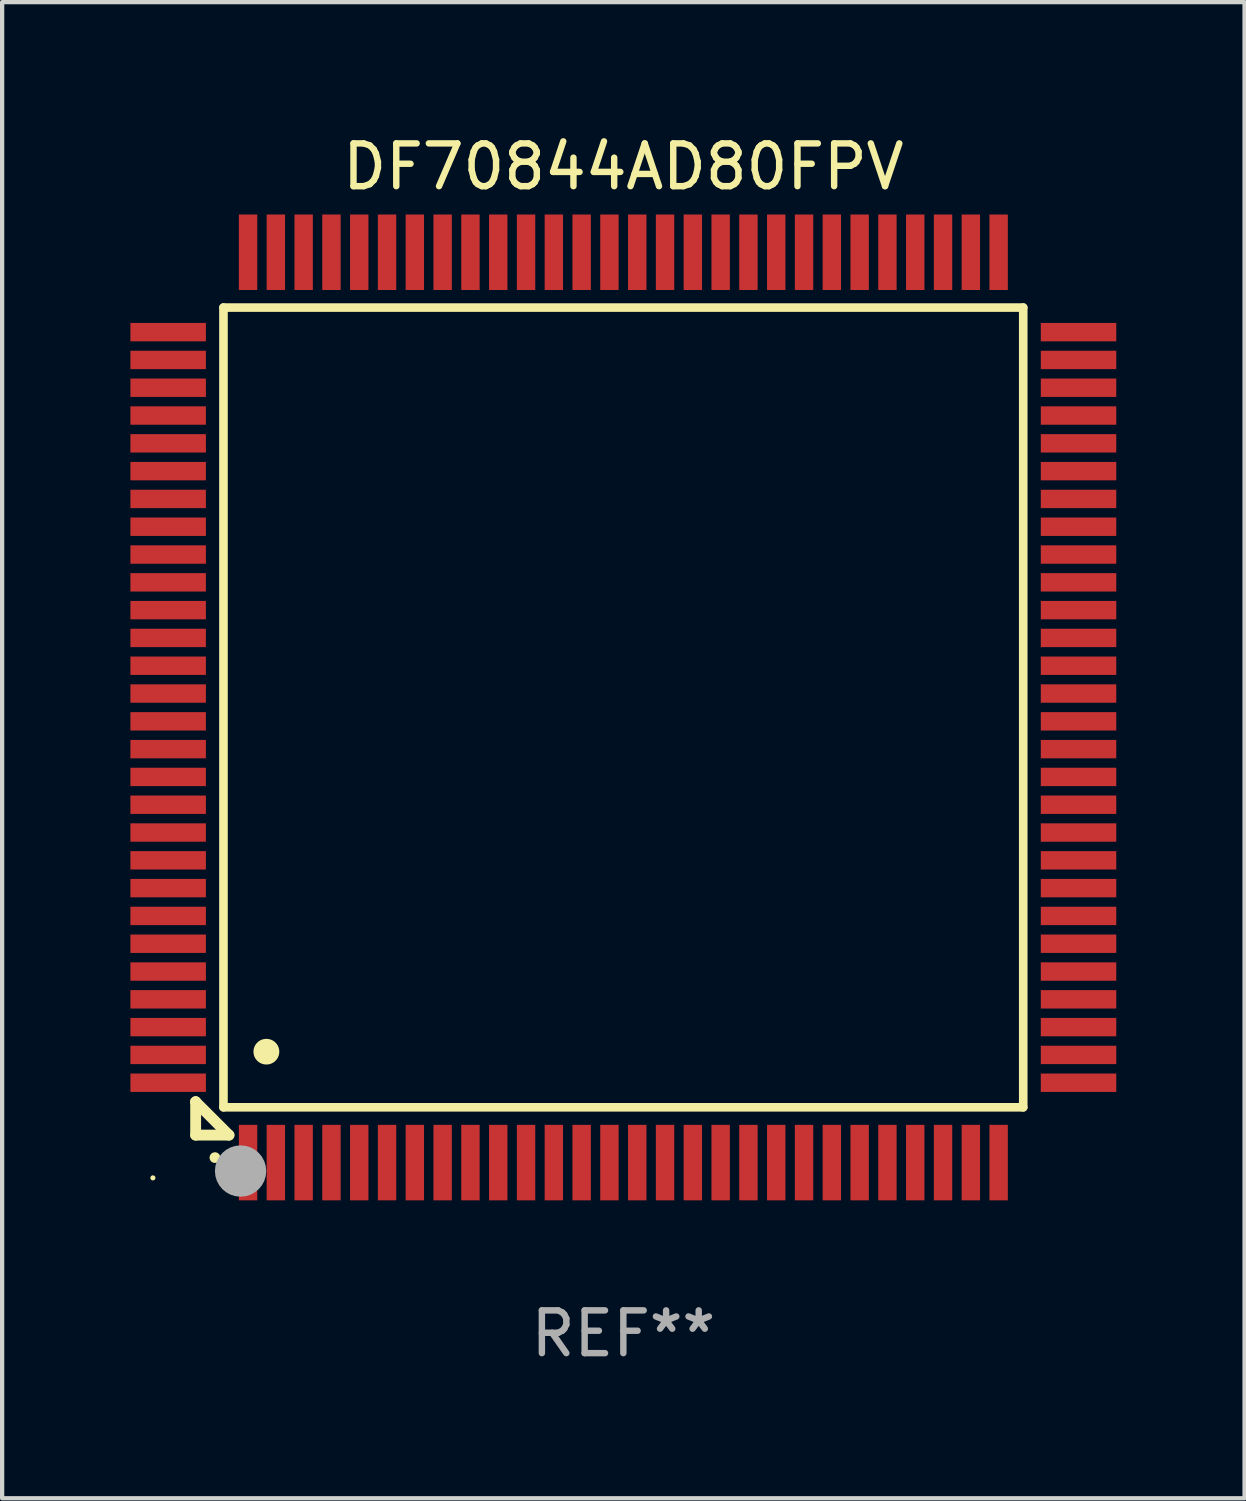
<source format=kicad_pcb>
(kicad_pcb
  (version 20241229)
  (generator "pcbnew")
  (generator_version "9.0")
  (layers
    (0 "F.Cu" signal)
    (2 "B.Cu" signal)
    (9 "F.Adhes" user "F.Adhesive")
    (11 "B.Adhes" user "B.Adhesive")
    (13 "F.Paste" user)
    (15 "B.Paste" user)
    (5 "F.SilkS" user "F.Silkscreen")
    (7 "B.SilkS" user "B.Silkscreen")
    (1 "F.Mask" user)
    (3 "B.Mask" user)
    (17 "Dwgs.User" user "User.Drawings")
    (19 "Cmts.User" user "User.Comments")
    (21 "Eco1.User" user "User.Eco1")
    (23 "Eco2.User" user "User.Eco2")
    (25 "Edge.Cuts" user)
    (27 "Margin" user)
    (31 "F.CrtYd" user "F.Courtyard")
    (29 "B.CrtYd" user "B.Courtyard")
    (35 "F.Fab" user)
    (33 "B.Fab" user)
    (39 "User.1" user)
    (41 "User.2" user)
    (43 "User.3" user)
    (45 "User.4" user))
  (footprint "DF70844AD80FPV"
    (layer "F.Cu")
    (at 11.525 13.491)
    (property "Reference" "DF70844AD80FPV" (at 0 -12.643 0) (layer "F.SilkS") (effects (font (size 1 1) (thickness 0.15))))
    (attr through_hole)
    (fp_line (start -10 9.221) (end -10 9.221) (stroke (width 0.254) (type solid)) (layer "F.SilkS"))
    (fp_line (start -10 9.221) (end -10 10) (stroke (width 0.254) (type solid)) (layer "F.SilkS"))
    (fp_line (start -10 9.221) (end -9.221 10) (stroke (width 0.254) (type solid)) (layer "F.SilkS"))
    (fp_line (start -10 10) (end -9.221 10) (stroke (width 0.254) (type solid)) (layer "F.SilkS"))
    (fp_line (start -9.35 -9.35) (end -9.35 9.35) (stroke (width 0.201) (type solid)) (layer "F.SilkS"))
    (fp_line (start -9.35 9.35) (end 9.35 9.35) (stroke (width 0.201) (type solid)) (layer "F.SilkS"))
    (fp_line (start 9.35 -9.35) (end -9.35 -9.35) (stroke (width 0.201) (type solid)) (layer "F.SilkS"))
    (fp_line (start 9.35 9.35) (end 9.35 -9.35) (stroke (width 0.201) (type solid)) (layer "F.SilkS"))
    (fp_arc (start -9.550546 10.525832) (mid -9.549276 10.525826) (end -9.548006 10.525832) (stroke (width 0.24892) (type solid)) (layer "F.SilkS"))
    (fp_arc (start -8.349124 8.049327) (mid -8.346584 8.049316) (end -8.344044 8.049327) (stroke (width 0.599441) (type solid)) (layer "F.SilkS"))
    (fp_circle (center -11 11) (end -10.97 11) (stroke (width 0.06) (type solid)) (fill no) (layer "F.SilkS"))
    (fp_circle (center -8.95 10.84) (end -8.65 10.84) (stroke (width 0.6) (type solid)) (fill no) (layer "F.Fab"))
    (fp_text user "REF**" (at 0 14.643 0) (layer "F.Fab") (effects (font (size 1 1) (thickness 0.15))))
    (pad "1" smd rect (at -8.775 10.643) (size 0.43 1.765) (layers "F.Cu" "F.Mask" "F.Paste"))
    (pad "2" smd rect (at -8.125 10.643) (size 0.43 1.765) (layers "F.Cu" "F.Mask" "F.Paste"))
    (pad "3" smd rect (at -7.475 10.643) (size 0.43 1.765) (layers "F.Cu" "F.Mask" "F.Paste"))
    (pad "4" smd rect (at -6.825 10.643) (size 0.43 1.765) (layers "F.Cu" "F.Mask" "F.Paste"))
    (pad "5" smd rect (at -6.175 10.643) (size 0.43 1.765) (layers "F.Cu" "F.Mask" "F.Paste"))
    (pad "6" smd rect (at -5.525 10.643) (size 0.43 1.765) (layers "F.Cu" "F.Mask" "F.Paste"))
    (pad "7" smd rect (at -4.875 10.643) (size 0.43 1.765) (layers "F.Cu" "F.Mask" "F.Paste"))
    (pad "8" smd rect (at -4.225 10.643) (size 0.43 1.765) (layers "F.Cu" "F.Mask" "F.Paste"))
    (pad "9" smd rect (at -3.575 10.643) (size 0.43 1.765) (layers "F.Cu" "F.Mask" "F.Paste"))
    (pad "10" smd rect (at -2.925 10.643) (size 0.43 1.765) (layers "F.Cu" "F.Mask" "F.Paste"))
    (pad "11" smd rect (at -2.275 10.643) (size 0.43 1.765) (layers "F.Cu" "F.Mask" "F.Paste"))
    (pad "12" smd rect (at -1.625 10.643) (size 0.43 1.765) (layers "F.Cu" "F.Mask" "F.Paste"))
    (pad "13" smd rect (at -0.975 10.643) (size 0.43 1.765) (layers "F.Cu" "F.Mask" "F.Paste"))
    (pad "14" smd rect (at -0.325 10.643) (size 0.43 1.765) (layers "F.Cu" "F.Mask" "F.Paste"))
    (pad "15" smd rect (at 0.325 10.643) (size 0.43 1.765) (layers "F.Cu" "F.Mask" "F.Paste"))
    (pad "16" smd rect (at 0.975 10.643) (size 0.43 1.765) (layers "F.Cu" "F.Mask" "F.Paste"))
    (pad "17" smd rect (at 1.625 10.643) (size 0.43 1.765) (layers "F.Cu" "F.Mask" "F.Paste"))
    (pad "18" smd rect (at 2.275 10.643) (size 0.43 1.765) (layers "F.Cu" "F.Mask" "F.Paste"))
    (pad "19" smd rect (at 2.925 10.643) (size 0.43 1.765) (layers "F.Cu" "F.Mask" "F.Paste"))
    (pad "20" smd rect (at 3.575 10.643) (size 0.43 1.765) (layers "F.Cu" "F.Mask" "F.Paste"))
    (pad "21" smd rect (at 4.225 10.643) (size 0.43 1.765) (layers "F.Cu" "F.Mask" "F.Paste"))
    (pad "22" smd rect (at 4.875 10.643) (size 0.43 1.765) (layers "F.Cu" "F.Mask" "F.Paste"))
    (pad "23" smd rect (at 5.525 10.643) (size 0.43 1.765) (layers "F.Cu" "F.Mask" "F.Paste"))
    (pad "24" smd rect (at 6.175 10.643) (size 0.43 1.765) (layers "F.Cu" "F.Mask" "F.Paste"))
    (pad "25" smd rect (at 6.825 10.643) (size 0.43 1.765) (layers "F.Cu" "F.Mask" "F.Paste"))
    (pad "26" smd rect (at 7.475 10.643) (size 0.43 1.765) (layers "F.Cu" "F.Mask" "F.Paste"))
    (pad "27" smd rect (at 8.125 10.643) (size 0.43 1.765) (layers "F.Cu" "F.Mask" "F.Paste"))
    (pad "28" smd rect (at 8.775 10.643) (size 0.43 1.765) (layers "F.Cu" "F.Mask" "F.Paste"))
    (pad "29" smd rect (at 10.643 8.775) (size 1.765 0.43) (layers "F.Cu" "F.Mask" "F.Paste"))
    (pad "30" smd rect (at 10.643 8.125) (size 1.765 0.43) (layers "F.Cu" "F.Mask" "F.Paste"))
    (pad "31" smd rect (at 10.643 7.475) (size 1.765 0.43) (layers "F.Cu" "F.Mask" "F.Paste"))
    (pad "32" smd rect (at 10.643 6.825) (size 1.765 0.43) (layers "F.Cu" "F.Mask" "F.Paste"))
    (pad "33" smd rect (at 10.643 6.175) (size 1.765 0.43) (layers "F.Cu" "F.Mask" "F.Paste"))
    (pad "34" smd rect (at 10.643 5.525) (size 1.765 0.43) (layers "F.Cu" "F.Mask" "F.Paste"))
    (pad "35" smd rect (at 10.643 4.875) (size 1.765 0.43) (layers "F.Cu" "F.Mask" "F.Paste"))
    (pad "36" smd rect (at 10.643 4.225) (size 1.765 0.43) (layers "F.Cu" "F.Mask" "F.Paste"))
    (pad "37" smd rect (at 10.643 3.575) (size 1.765 0.43) (layers "F.Cu" "F.Mask" "F.Paste"))
    (pad "38" smd rect (at 10.643 2.925) (size 1.765 0.43) (layers "F.Cu" "F.Mask" "F.Paste"))
    (pad "39" smd rect (at 10.643 2.275) (size 1.765 0.43) (layers "F.Cu" "F.Mask" "F.Paste"))
    (pad "40" smd rect (at 10.643 1.625) (size 1.765 0.43) (layers "F.Cu" "F.Mask" "F.Paste"))
    (pad "41" smd rect (at 10.643 0.975) (size 1.765 0.43) (layers "F.Cu" "F.Mask" "F.Paste"))
    (pad "42" smd rect (at 10.643 0.325) (size 1.765 0.43) (layers "F.Cu" "F.Mask" "F.Paste"))
    (pad "43" smd rect (at 10.643 -0.325) (size 1.765 0.43) (layers "F.Cu" "F.Mask" "F.Paste"))
    (pad "44" smd rect (at 10.643 -0.975) (size 1.765 0.43) (layers "F.Cu" "F.Mask" "F.Paste"))
    (pad "45" smd rect (at 10.643 -1.625) (size 1.765 0.43) (layers "F.Cu" "F.Mask" "F.Paste"))
    (pad "46" smd rect (at 10.643 -2.275) (size 1.765 0.43) (layers "F.Cu" "F.Mask" "F.Paste"))
    (pad "47" smd rect (at 10.643 -2.925) (size 1.765 0.43) (layers "F.Cu" "F.Mask" "F.Paste"))
    (pad "48" smd rect (at 10.643 -3.575) (size 1.765 0.43) (layers "F.Cu" "F.Mask" "F.Paste"))
    (pad "49" smd rect (at 10.643 -4.225) (size 1.765 0.43) (layers "F.Cu" "F.Mask" "F.Paste"))
    (pad "50" smd rect (at 10.643 -4.875) (size 1.765 0.43) (layers "F.Cu" "F.Mask" "F.Paste"))
    (pad "51" smd rect (at 10.643 -5.525) (size 1.765 0.43) (layers "F.Cu" "F.Mask" "F.Paste"))
    (pad "52" smd rect (at 10.643 -6.175) (size 1.765 0.43) (layers "F.Cu" "F.Mask" "F.Paste"))
    (pad "53" smd rect (at 10.643 -6.825) (size 1.765 0.43) (layers "F.Cu" "F.Mask" "F.Paste"))
    (pad "54" smd rect (at 10.643 -7.475) (size 1.765 0.43) (layers "F.Cu" "F.Mask" "F.Paste"))
    (pad "55" smd rect (at 10.643 -8.125) (size 1.765 0.43) (layers "F.Cu" "F.Mask" "F.Paste"))
    (pad "56" smd rect (at 10.643 -8.775) (size 1.765 0.43) (layers "F.Cu" "F.Mask" "F.Paste"))
    (pad "57" smd rect (at 8.775 -10.643) (size 0.43 1.765) (layers "F.Cu" "F.Mask" "F.Paste"))
    (pad "58" smd rect (at 8.125 -10.643) (size 0.43 1.765) (layers "F.Cu" "F.Mask" "F.Paste"))
    (pad "59" smd rect (at 7.475 -10.643) (size 0.43 1.765) (layers "F.Cu" "F.Mask" "F.Paste"))
    (pad "60" smd rect (at 6.825 -10.643) (size 0.43 1.765) (layers "F.Cu" "F.Mask" "F.Paste"))
    (pad "61" smd rect (at 6.175 -10.643) (size 0.43 1.765) (layers "F.Cu" "F.Mask" "F.Paste"))
    (pad "62" smd rect (at 5.525 -10.643) (size 0.43 1.765) (layers "F.Cu" "F.Mask" "F.Paste"))
    (pad "63" smd rect (at 4.875 -10.643) (size 0.43 1.765) (layers "F.Cu" "F.Mask" "F.Paste"))
    (pad "64" smd rect (at 4.225 -10.643) (size 0.43 1.765) (layers "F.Cu" "F.Mask" "F.Paste"))
    (pad "65" smd rect (at 3.575 -10.643) (size 0.43 1.765) (layers "F.Cu" "F.Mask" "F.Paste"))
    (pad "66" smd rect (at 2.925 -10.643) (size 0.43 1.765) (layers "F.Cu" "F.Mask" "F.Paste"))
    (pad "67" smd rect (at 2.275 -10.643) (size 0.43 1.765) (layers "F.Cu" "F.Mask" "F.Paste"))
    (pad "68" smd rect (at 1.625 -10.643) (size 0.43 1.765) (layers "F.Cu" "F.Mask" "F.Paste"))
    (pad "69" smd rect (at 0.975 -10.643) (size 0.43 1.765) (layers "F.Cu" "F.Mask" "F.Paste"))
    (pad "70" smd rect (at 0.325 -10.643) (size 0.43 1.765) (layers "F.Cu" "F.Mask" "F.Paste"))
    (pad "71" smd rect (at -0.325 -10.643) (size 0.43 1.765) (layers "F.Cu" "F.Mask" "F.Paste"))
    (pad "72" smd rect (at -0.975 -10.643) (size 0.43 1.765) (layers "F.Cu" "F.Mask" "F.Paste"))
    (pad "73" smd rect (at -1.625 -10.643) (size 0.43 1.765) (layers "F.Cu" "F.Mask" "F.Paste"))
    (pad "74" smd rect (at -2.275 -10.643) (size 0.43 1.765) (layers "F.Cu" "F.Mask" "F.Paste"))
    (pad "75" smd rect (at -2.925 -10.643) (size 0.43 1.765) (layers "F.Cu" "F.Mask" "F.Paste"))
    (pad "76" smd rect (at -3.575 -10.643) (size 0.43 1.765) (layers "F.Cu" "F.Mask" "F.Paste"))
    (pad "77" smd rect (at -4.225 -10.643) (size 0.43 1.765) (layers "F.Cu" "F.Mask" "F.Paste"))
    (pad "78" smd rect (at -4.875 -10.643) (size 0.43 1.765) (layers "F.Cu" "F.Mask" "F.Paste"))
    (pad "79" smd rect (at -5.525 -10.643) (size 0.43 1.765) (layers "F.Cu" "F.Mask" "F.Paste"))
    (pad "80" smd rect (at -6.175 -10.643) (size 0.43 1.765) (layers "F.Cu" "F.Mask" "F.Paste"))
    (pad "81" smd rect (at -6.825 -10.643) (size 0.43 1.765) (layers "F.Cu" "F.Mask" "F.Paste"))
    (pad "82" smd rect (at -7.475 -10.643) (size 0.43 1.765) (layers "F.Cu" "F.Mask" "F.Paste"))
    (pad "83" smd rect (at -8.125 -10.643) (size 0.43 1.765) (layers "F.Cu" "F.Mask" "F.Paste"))
    (pad "84" smd rect (at -8.775 -10.643) (size 0.43 1.765) (layers "F.Cu" "F.Mask" "F.Paste"))
    (pad "85" smd rect (at -10.643 -8.775) (size 1.765 0.43) (layers "F.Cu" "F.Mask" "F.Paste"))
    (pad "86" smd rect (at -10.643 -8.125) (size 1.765 0.43) (layers "F.Cu" "F.Mask" "F.Paste"))
    (pad "87" smd rect (at -10.643 -7.475) (size 1.765 0.43) (layers "F.Cu" "F.Mask" "F.Paste"))
    (pad "88" smd rect (at -10.643 -6.825) (size 1.765 0.43) (layers "F.Cu" "F.Mask" "F.Paste"))
    (pad "89" smd rect (at -10.643 -6.175) (size 1.765 0.43) (layers "F.Cu" "F.Mask" "F.Paste"))
    (pad "90" smd rect (at -10.643 -5.525) (size 1.765 0.43) (layers "F.Cu" "F.Mask" "F.Paste"))
    (pad "91" smd rect (at -10.643 -4.875) (size 1.765 0.43) (layers "F.Cu" "F.Mask" "F.Paste"))
    (pad "92" smd rect (at -10.643 -4.225) (size 1.765 0.43) (layers "F.Cu" "F.Mask" "F.Paste"))
    (pad "93" smd rect (at -10.643 -3.575) (size 1.765 0.43) (layers "F.Cu" "F.Mask" "F.Paste"))
    (pad "94" smd rect (at -10.643 -2.925) (size 1.765 0.43) (layers "F.Cu" "F.Mask" "F.Paste"))
    (pad "95" smd rect (at -10.643 -2.275) (size 1.765 0.43) (layers "F.Cu" "F.Mask" "F.Paste"))
    (pad "96" smd rect (at -10.643 -1.625) (size 1.765 0.43) (layers "F.Cu" "F.Mask" "F.Paste"))
    (pad "97" smd rect (at -10.643 -0.975) (size 1.765 0.43) (layers "F.Cu" "F.Mask" "F.Paste"))
    (pad "98" smd rect (at -10.643 -0.325) (size 1.765 0.43) (layers "F.Cu" "F.Mask" "F.Paste"))
    (pad "99" smd rect (at -10.643 0.325) (size 1.765 0.43) (layers "F.Cu" "F.Mask" "F.Paste"))
    (pad "100" smd rect (at -10.643 0.975) (size 1.765 0.43) (layers "F.Cu" "F.Mask" "F.Paste"))
    (pad "101" smd rect (at -10.643 1.625) (size 1.765 0.43) (layers "F.Cu" "F.Mask" "F.Paste"))
    (pad "102" smd rect (at -10.643 2.275) (size 1.765 0.43) (layers "F.Cu" "F.Mask" "F.Paste"))
    (pad "103" smd rect (at -10.643 2.925) (size 1.765 0.43) (layers "F.Cu" "F.Mask" "F.Paste"))
    (pad "104" smd rect (at -10.643 3.575) (size 1.765 0.43) (layers "F.Cu" "F.Mask" "F.Paste"))
    (pad "105" smd rect (at -10.643 4.225) (size 1.765 0.43) (layers "F.Cu" "F.Mask" "F.Paste"))
    (pad "106" smd rect (at -10.643 4.875) (size 1.765 0.43) (layers "F.Cu" "F.Mask" "F.Paste"))
    (pad "107" smd rect (at -10.643 5.525) (size 1.765 0.43) (layers "F.Cu" "F.Mask" "F.Paste"))
    (pad "108" smd rect (at -10.643 6.175) (size 1.765 0.43) (layers "F.Cu" "F.Mask" "F.Paste"))
    (pad "109" smd rect (at -10.643 6.825) (size 1.765 0.43) (layers "F.Cu" "F.Mask" "F.Paste"))
    (pad "110" smd rect (at -10.643 7.475) (size 1.765 0.43) (layers "F.Cu" "F.Mask" "F.Paste"))
    (pad "111" smd rect (at -10.643 8.125) (size 1.765 0.43) (layers "F.Cu" "F.Mask" "F.Paste"))
    (pad "112" smd rect (at -10.643 8.775) (size 1.765 0.43) (layers "F.Cu" "F.Mask" "F.Paste")))
  (gr_rect
    (start -3 -3)
    (end 26.05 31.982)
    (stroke (width 0.1) (type default))
    (fill no)
    (layer "Edge.Cuts")))
</source>
